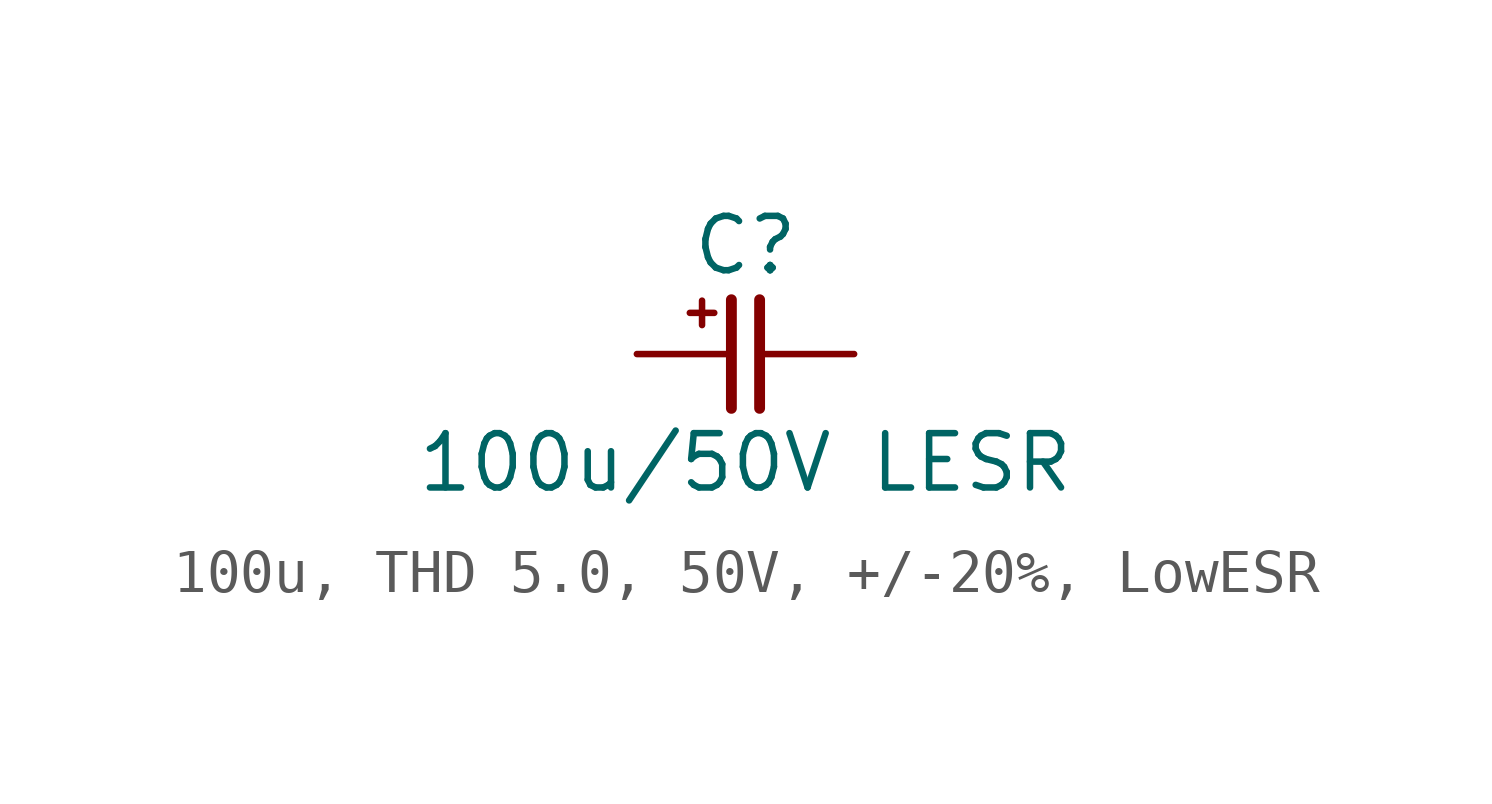
<source format=kicad_sym>
(kicad_symbol_lib
  (version 20241209)
  (generator "kicad_symbol_editor")
  (generator_version "9.0")
  (symbol "100u, THD 5.0, 50V, +/-20%, LowESR"
    (pin_numbers
      (hide yes))
    (pin_names
      (offset 0)
      (hide yes))
    (property "Reference" "C"
      (at 0 2.54 0)
      (effects (font (size 1.27 1.27))))
    (property "Value" "100u/50V LESR"
      (at 0 -2.54 0)
      (effects (font (size 1.27 1.27))))
    (symbol "100u, THD 5.0, 50V, +/-20%, LowESR_0_0"
      (text "+" (at -1.016 1.016 0) (effects (font (size 0.75 0.75)))))
    (symbol "100u, THD 5.0, 50V, +/-20%, LowESR_0_1"
      (polyline (pts (xy -0.33 1.27) (xy -0.33 -1.27)) (stroke (width 0.254) (type default)) (fill (type none)))
      (polyline (pts (xy 0.33 1.27) (xy 0.33 -1.27)) (stroke (width 0.254) (type default)) (fill (type none))))
    (symbol "100u, THD 5.0, 50V, +/-20%, LowESR_1_1"
      (pin passive line (at -2.54 0 0) (length 2.21) (name "1" (effects (font (size 1.27 1.27)))) (number "1" (effects (font (size 1.27 1.27)))))
      (pin passive line (at 2.54 0 180) (length 2.21) (name "2" (effects (font (size 1.27 1.27)))) (number "2" (effects (font (size 1.27 1.27))))))))
</source>
